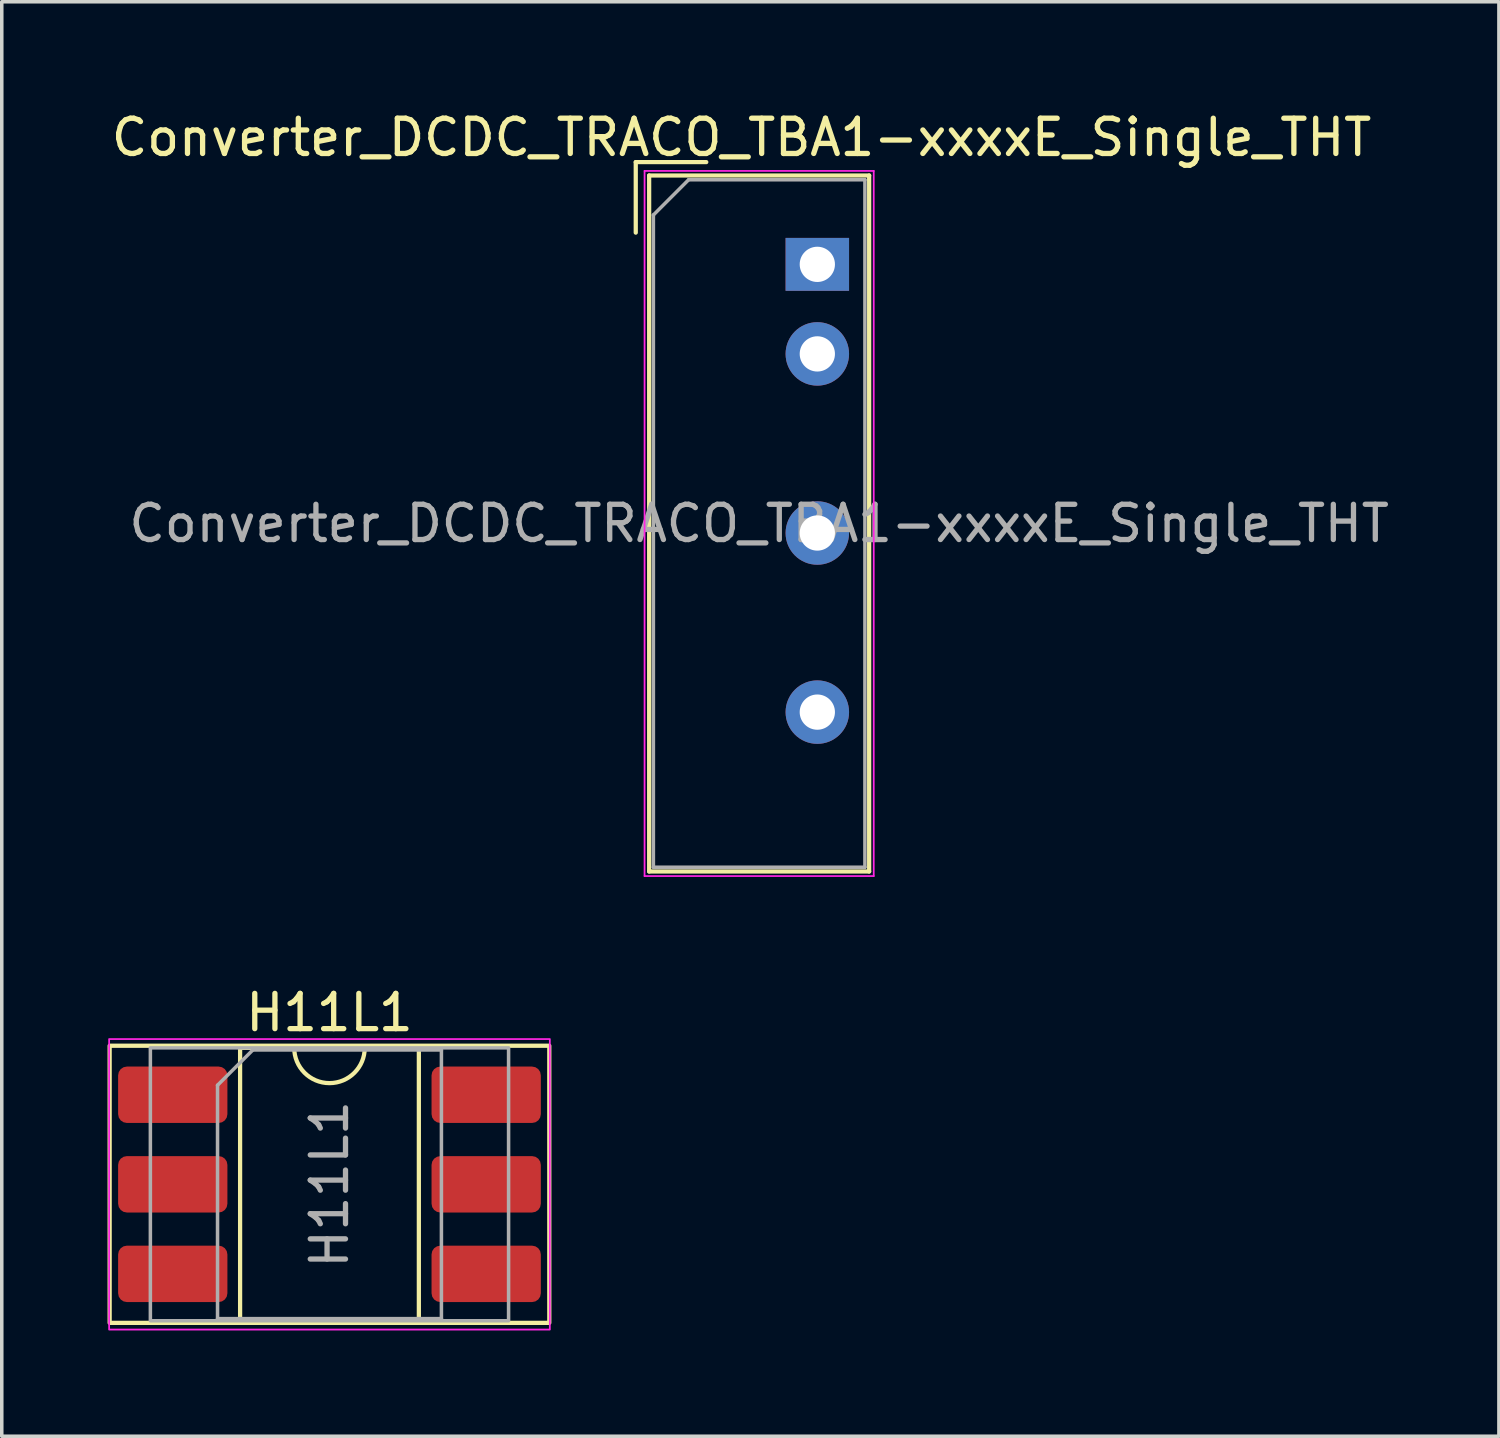
<source format=kicad_pcb>
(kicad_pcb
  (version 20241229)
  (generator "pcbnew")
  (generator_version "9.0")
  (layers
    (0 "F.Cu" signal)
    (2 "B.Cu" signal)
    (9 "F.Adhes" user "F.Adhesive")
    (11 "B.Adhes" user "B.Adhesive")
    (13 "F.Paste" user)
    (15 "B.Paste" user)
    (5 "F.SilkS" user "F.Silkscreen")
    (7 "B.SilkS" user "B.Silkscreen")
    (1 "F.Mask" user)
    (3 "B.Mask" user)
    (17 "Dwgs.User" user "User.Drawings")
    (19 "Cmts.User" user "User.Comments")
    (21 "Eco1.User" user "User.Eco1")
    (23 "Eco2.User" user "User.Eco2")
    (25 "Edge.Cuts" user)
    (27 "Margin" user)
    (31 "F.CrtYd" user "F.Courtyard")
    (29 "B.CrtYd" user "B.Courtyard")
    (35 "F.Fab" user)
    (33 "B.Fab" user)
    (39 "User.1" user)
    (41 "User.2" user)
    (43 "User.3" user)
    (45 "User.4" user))
  (footprint "H11L1"
    (layer "F.Cu")
    (at 6.295 30.541)
    (property "Reference" "H11L1" (at 0 -4.87 0) (layer "F.SilkS") (effects (font (size 1 1) (thickness 0.15))))
    (attr smd)
    (fp_line (start -2.535 -3.87) (end -2.535 3.87) (stroke (width 0.12) (type solid)) (layer "F.SilkS"))
    (fp_line (start -2.535 3.87) (end 2.535 3.87) (stroke (width 0.12) (type solid)) (layer "F.SilkS"))
    (fp_line (start -1 -3.87) (end -2.535 -3.87) (stroke (width 0.12) (type solid)) (layer "F.SilkS"))
    (fp_line (start 2.535 -3.87) (end 1 -3.87) (stroke (width 0.12) (type solid)) (layer "F.SilkS"))
    (fp_line (start 2.535 3.87) (end 2.535 -3.87) (stroke (width 0.12) (type solid)) (layer "F.SilkS"))
    (fp_rect (start -6.235 -3.93) (end 6.235 3.93) (stroke (width 0.12) (type solid)) (fill no) (layer "F.SilkS"))
    (fp_arc (start 1 -3.87) (mid 0 -2.87) (end -1 -3.87) (stroke (width 0.12) (type solid)) (layer "F.SilkS"))
    (fp_rect (start -6.25 -4.12) (end 6.25 4.12) (stroke (width 0.05) (type solid)) (fill no) (layer "F.CrtYd"))
    (fp_line (start -3.175 -2.81) (end -2.175 -3.81) (stroke (width 0.1) (type solid)) (layer "F.Fab"))
    (fp_line (start -3.175 3.81) (end -3.175 -2.81) (stroke (width 0.1) (type solid)) (layer "F.Fab"))
    (fp_line (start -2.175 -3.81) (end 3.175 -3.81) (stroke (width 0.1) (type solid)) (layer "F.Fab"))
    (fp_line (start 3.175 -3.81) (end 3.175 3.81) (stroke (width 0.1) (type solid)) (layer "F.Fab"))
    (fp_line (start 3.175 3.81) (end -3.175 3.81) (stroke (width 0.1) (type solid)) (layer "F.Fab"))
    (fp_rect (start -5.08 -3.87) (end 5.08 3.87) (stroke (width 0.1) (type solid)) (fill no) (layer "F.Fab"))
    (fp_text user "${REFERENCE}" (at 0 0 90) (layer "F.Fab") (effects (font (size 1 1) (thickness 0.15))))
    (pad "1" smd roundrect (at -4.445 -2.54) (size 3.1 1.6) (layers "F.Cu" "F.Mask" "F.Paste") (roundrect_rratio 0.156))
    (pad "2" smd roundrect (at -4.445 0) (size 3.1 1.6) (layers "F.Cu" "F.Mask" "F.Paste") (roundrect_rratio 0.156))
    (pad "3" smd roundrect (at -4.445 2.54) (size 3.1 1.6) (layers "F.Cu" "F.Mask" "F.Paste") (roundrect_rratio 0.156))
    (pad "4" smd roundrect (at 4.445 2.54) (size 3.1 1.6) (layers "F.Cu" "F.Mask" "F.Paste") (roundrect_rratio 0.156))
    (pad "5" smd roundrect (at 4.445 0) (size 3.1 1.6) (layers "F.Cu" "F.Mask" "F.Paste") (roundrect_rratio 0.156))
    (pad "6" smd roundrect (at 4.445 -2.54) (size 3.1 1.6) (layers "F.Cu" "F.Mask" "F.Paste") (roundrect_rratio 0.156)))
  (footprint "Converter_DCDC_TRACO_TBA1-xxxxE_Single_THT"
    (layer "F.Cu")
    (at 20.132 4.448)
    (property "Reference" "Converter_DCDC_TRACO_TBA1-xxxxE_Single_THT" (at -2.15 -3.6 0) (layer "F.SilkS") (effects (font (size 1 1) (thickness 0.15))))
    (attr through_hole)
    (fp_line (start -5.15 -2.9) (end -3.15 -2.9) (stroke (width 0.12) (type solid)) (layer "F.SilkS"))
    (fp_line (start -5.15 -0.9) (end -5.15 -2.9) (stroke (width 0.12) (type solid)) (layer "F.SilkS"))
    (fp_line (start -4.77 -2.52) (end -4.77 17.22) (stroke (width 0.12) (type solid)) (layer "F.SilkS"))
    (fp_line (start -4.77 -2.52) (end 1.47 -2.52) (stroke (width 0.12) (type solid)) (layer "F.SilkS"))
    (fp_line (start -4.77 17.22) (end 1.47 17.22) (stroke (width 0.12) (type solid)) (layer "F.SilkS"))
    (fp_line (start 1.47 -2.52) (end 1.47 17.22) (stroke (width 0.12) (type solid)) (layer "F.SilkS"))
    (fp_line (start -4.9 -2.65) (end -4.9 17.35) (stroke (width 0.05) (type solid)) (layer "F.CrtYd"))
    (fp_line (start -4.9 -2.65) (end 1.6 -2.65) (stroke (width 0.05) (type solid)) (layer "F.CrtYd"))
    (fp_line (start -4.9 17.35) (end 1.6 17.35) (stroke (width 0.05) (type solid)) (layer "F.CrtYd"))
    (fp_line (start 1.6 -2.65) (end 1.6 17.35) (stroke (width 0.05) (type solid)) (layer "F.CrtYd"))
    (fp_line (start -4.65 -1.4) (end -3.65 -2.4) (stroke (width 0.1) (type solid)) (layer "F.Fab"))
    (fp_line (start -4.65 17.1) (end -4.65 -1.4) (stroke (width 0.1) (type solid)) (layer "F.Fab"))
    (fp_line (start -3.65 -2.4) (end 1.35 -2.4) (stroke (width 0.1) (type solid)) (layer "F.Fab"))
    (fp_line (start 1.35 -2.4) (end 1.35 17.1) (stroke (width 0.1) (type solid)) (layer "F.Fab"))
    (fp_line (start 1.35 17.1) (end -4.65 17.1) (stroke (width 0.1) (type solid)) (layer "F.Fab"))
    (fp_text user "${REFERENCE}" (at -1.65 7.35 0) (layer "F.Fab") (effects (font (size 1 1) (thickness 0.15))))
    (pad "1" thru_hole rect (at 0 0) (size 1.8 1.5) (drill 1) (layers "*.Cu" "*.Mask"))
    (pad "2" thru_hole circle (at 0 2.54) (size 1.8 1.8) (drill 1) (layers "*.Cu" "*.Mask"))
    (pad "4" thru_hole circle (at 0 7.62) (size 1.8 1.8) (drill 1) (layers "*.Cu" "*.Mask"))
    (pad "6" thru_hole circle (at 0 12.7) (size 1.8 1.8) (drill 1) (layers "*.Cu" "*.Mask")))
  (gr_rect
    (start -3 -3)
    (end 39.464 37.687)
    (stroke (width 0.1) (type default))
    (fill no)
    (layer "Edge.Cuts")))
</source>
